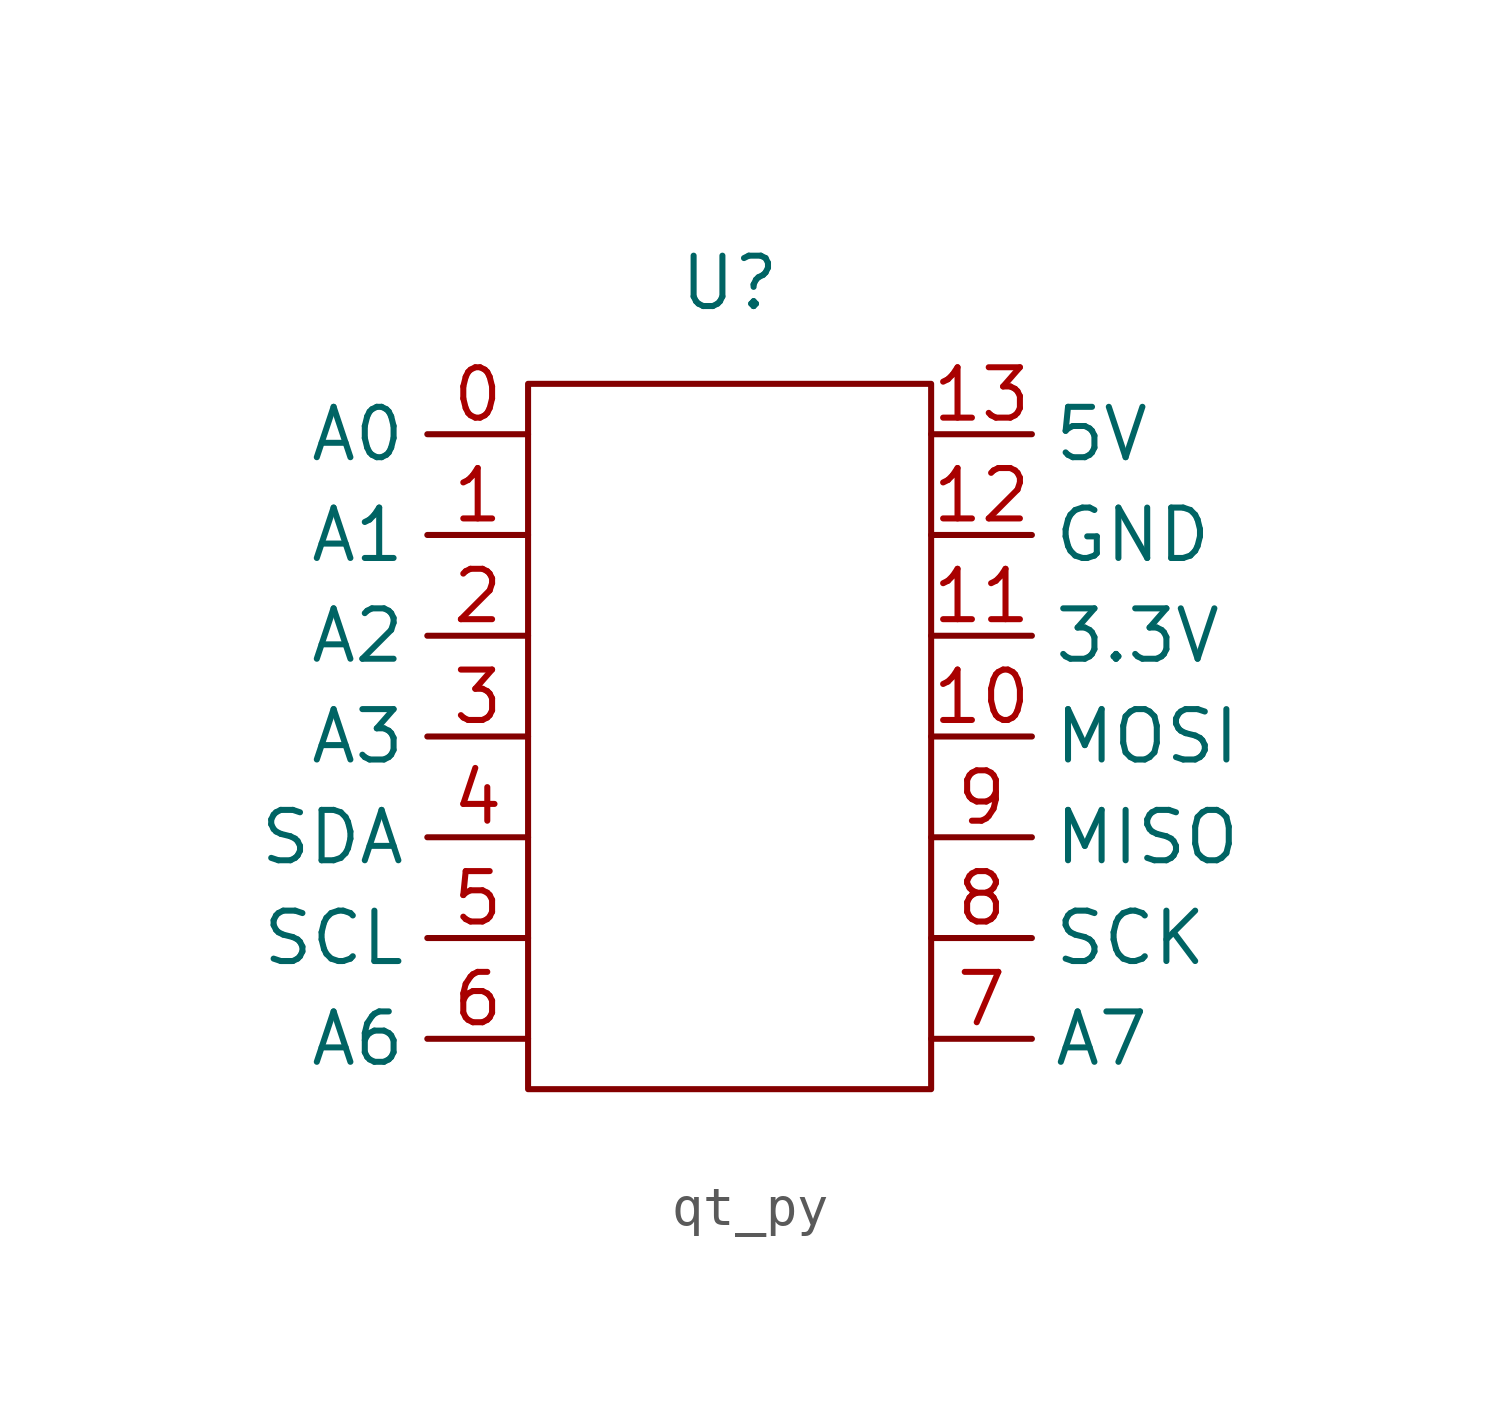
<source format=kicad_sym>
(kicad_symbol_lib
  (version 20231120)
  (generator "kicad_symbol_editor")
  (generator_version "8.0")
  (symbol "qt_py"
    (property "Reference" "U"
      (at 0 0 0)
      (effects (font (size 1.27 1.27))))
    (property "Value" ""
      (at 0 0 0)
      (effects (font (size 1.27 1.27))))
    (symbol "qt_py_0_1"
      (rectangle (start -5.08 -2.54) (end 5.08 -20.32) (stroke (width 0) (type default)) (fill (type none))))
    (symbol "qt_py_1_1"
      (pin input line (at -5.08 -3.81 180) (length 2.54) (name "A0" (effects (font (size 1.27 1.27)))) (number "0" (effects (font (size 1.27 1.27)))))
      (pin input line (at -5.08 -6.35 180) (length 2.54) (name "A1" (effects (font (size 1.27 1.27)))) (number "1" (effects (font (size 1.27 1.27)))))
      (pin input line (at 5.08 -11.43 0) (length 2.54) (name "MOSI" (effects (font (size 1.27 1.27)))) (number "10" (effects (font (size 1.27 1.27)))))
      (pin input line (at 5.08 -8.89 0) (length 2.54) (name "3.3V" (effects (font (size 1.27 1.27)))) (number "11" (effects (font (size 1.27 1.27)))))
      (pin input line (at 5.08 -6.35 0) (length 2.54) (name "GND" (effects (font (size 1.27 1.27)))) (number "12" (effects (font (size 1.27 1.27)))))
      (pin input line (at 5.08 -3.81 0) (length 2.54) (name "5V" (effects (font (size 1.27 1.27)))) (number "13" (effects (font (size 1.27 1.27)))))
      (pin input line (at -5.08 -8.89 180) (length 2.54) (name "A2" (effects (font (size 1.27 1.27)))) (number "2" (effects (font (size 1.27 1.27)))))
      (pin input line (at -5.08 -11.43 180) (length 2.54) (name "A3" (effects (font (size 1.27 1.27)))) (number "3" (effects (font (size 1.27 1.27)))))
      (pin input line (at -5.08 -13.97 180) (length 2.54) (name "SDA" (effects (font (size 1.27 1.27)))) (number "4" (effects (font (size 1.27 1.27)))))
      (pin input line (at -5.08 -16.51 180) (length 2.54) (name "SCL" (effects (font (size 1.27 1.27)))) (number "5" (effects (font (size 1.27 1.27)))))
      (pin input line (at -5.08 -19.05 180) (length 2.54) (name "A6" (effects (font (size 1.27 1.27)))) (number "6" (effects (font (size 1.27 1.27)))))
      (pin input line (at 5.08 -19.05 0) (length 2.54) (name "A7" (effects (font (size 1.27 1.27)))) (number "7" (effects (font (size 1.27 1.27)))))
      (pin input line (at 5.08 -16.51 0) (length 2.54) (name "SCK" (effects (font (size 1.27 1.27)))) (number "8" (effects (font (size 1.27 1.27)))))
      (pin input line (at 5.08 -13.97 0) (length 2.54) (name "MISO" (effects (font (size 1.27 1.27)))) (number "9" (effects (font (size 1.27 1.27))))))))
</source>
